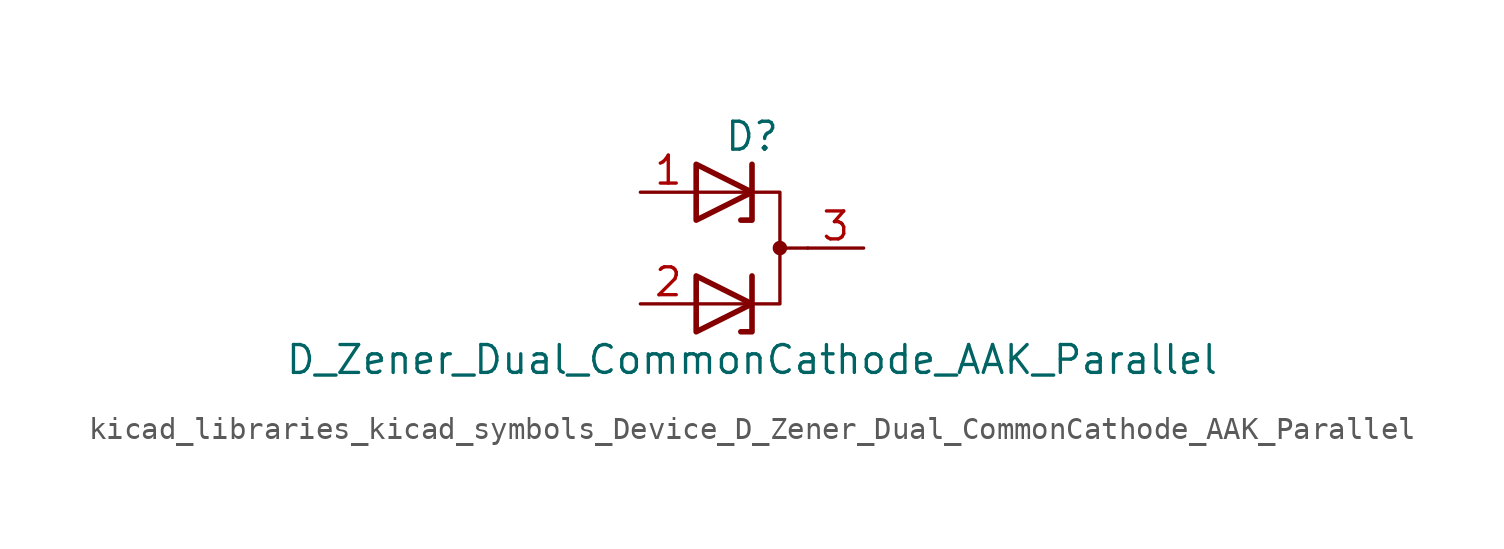
<source format=kicad_sym>
(kicad_symbol_lib
  (version 20220914)
  (generator kicad_symbol_editor)
  (symbol "kicad_libraries_kicad_symbols_Device_D_Zener_Dual_CommonCathode_AAK_Parallel"
    (pin_names
      (offset 0.762) hide)
    (property "Reference" "D"
      (at 0 5.08 0)
      (effects (font (size 1.27 1.27))))
    (property "Value" "D_Zener_Dual_CommonCathode_AAK_Parallel"
      (at 0 -5.08 0)
      (effects (font (size 1.27 1.27))))
    (symbol "kicad_libraries_kicad_symbols_Device_D_Zener_Dual_CommonCathode_AAK_Parallel_0_0"
      (polyline (pts (xy 0 -1.27) (xy 0 -3.81) (xy -0.508 -3.81)) (stroke (width 0.254) (type default)) (fill (type none)))
      (polyline (pts (xy 0 3.81) (xy 0 1.27) (xy -0.508 1.27)) (stroke (width 0.254) (type default)) (fill (type none))))
    (symbol "kicad_libraries_kicad_symbols_Device_D_Zener_Dual_CommonCathode_AAK_Parallel_0_1"
      (polyline (pts (xy 1.27 0) (xy 2.54 0)) (stroke (width 0) (type default)) (fill (type none)))
      (polyline (pts (xy -2.54 -2.54) (xy 1.27 -2.54) (xy 1.27 2.54) (xy -2.54 2.54)) (stroke (width 0) (type default)) (fill (type none)))
      (polyline (pts (xy -2.54 -1.27) (xy 0 -2.54) (xy -2.54 -3.81) (xy -2.54 -1.27) (xy -2.54 -1.27) (xy -2.54 -1.27)) (stroke (width 0.254) (type default)) (fill (type none)))
      (polyline (pts (xy -2.54 3.81) (xy 0 2.54) (xy -2.54 1.27) (xy -2.54 3.81) (xy -2.54 3.81) (xy -2.54 3.81)) (stroke (width 0.254) (type default)) (fill (type none)))
      (circle (center 1.27 0) (radius 0.254) (stroke (width 0) (type default)) (fill (type outline)))
      (pin passive line (at -5.08 2.54 0) (length 2.54) (name "K" (effects (font (size 1.27 1.27)))) (number "1" (effects (font (size 1.27 1.27)))))
      (pin passive line (at -5.08 -2.54 0) (length 2.54) (name "K" (effects (font (size 1.27 1.27)))) (number "2" (effects (font (size 1.27 1.27)))))
      (pin passive line (at 5.08 0 180) (length 2.54) (name "A" (effects (font (size 1.27 1.27)))) (number "3" (effects (font (size 1.27 1.27))))))))
</source>
